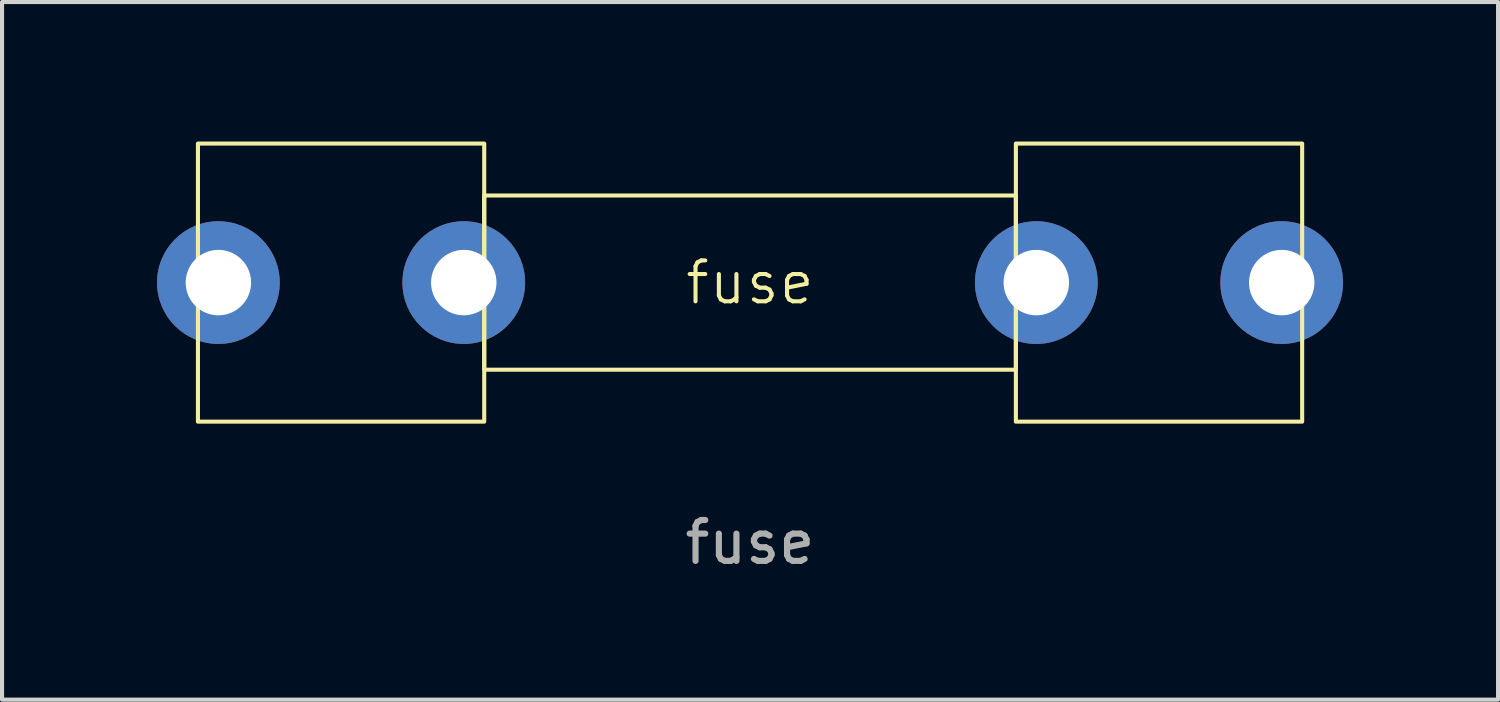
<source format=kicad_pcb>
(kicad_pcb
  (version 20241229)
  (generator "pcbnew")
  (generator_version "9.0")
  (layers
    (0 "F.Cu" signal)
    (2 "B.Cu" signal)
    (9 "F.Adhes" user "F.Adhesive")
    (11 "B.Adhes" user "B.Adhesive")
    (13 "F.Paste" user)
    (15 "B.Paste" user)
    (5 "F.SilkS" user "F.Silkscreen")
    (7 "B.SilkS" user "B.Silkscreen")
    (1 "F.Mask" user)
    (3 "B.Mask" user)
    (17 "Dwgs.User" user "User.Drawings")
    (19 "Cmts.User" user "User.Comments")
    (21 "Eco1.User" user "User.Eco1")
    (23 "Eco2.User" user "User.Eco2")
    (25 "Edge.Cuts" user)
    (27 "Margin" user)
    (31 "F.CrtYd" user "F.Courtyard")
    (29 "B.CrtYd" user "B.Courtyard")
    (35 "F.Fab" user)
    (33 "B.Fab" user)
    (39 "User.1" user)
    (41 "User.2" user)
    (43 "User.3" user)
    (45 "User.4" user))
  (footprint "fuse"
    (layer "F.Cu")
    (at 15.29 3.86)
    (property "Reference" "fuse" (at 0 0 0) (unlocked yes) (layer "F.SilkS") (effects (font (size 1 1) (thickness 0.1))))
    (attr through_hole)
    (fp_rect (start -6.5 -3.4) (end -13.5 3.4) (stroke (width 0.1) (type default)) (fill no) (layer "F.SilkS"))
    (fp_rect (start -6.5 -2.13) (end 6.5 2.13) (stroke (width 0.1) (type default)) (fill no) (layer "F.SilkS"))
    (fp_rect (start 6.5 -3.4) (end 13.5 3.4) (stroke (width 0.1) (type default)) (fill no) (layer "F.SilkS"))
    (fp_rect (start -15.24 -3.81) (end 15.24 3.81) (stroke (width 0.1) (type default)) (fill no) (layer "Margin"))
    (fp_text user "${REFERENCE}" (at 0 6.35 0) (unlocked yes) (layer "F.Fab") (effects (font (size 1 1) (thickness 0.15))))
    (pad "1" thru_hole circle (at 7 0) (size 3 3) (drill 1.6) (layers "*.Cu" "*.Mask"))
    (pad "1" thru_hole circle (at 13 0) (size 3 3) (drill 1.6) (layers "*.Cu" "*.Mask"))
    (pad "2" thru_hole circle (at -13 0) (size 3 3) (drill 1.6) (layers "*.Cu" "*.Mask"))
    (pad "2" thru_hole circle (at -7 0) (size 3 3) (drill 1.6) (layers "*.Cu" "*.Mask")))
  (gr_rect
    (start -3 -3)
    (end 33.58 14.058)
    (stroke (width 0.1) (type default))
    (fill no)
    (layer "Edge.Cuts")))
</source>
